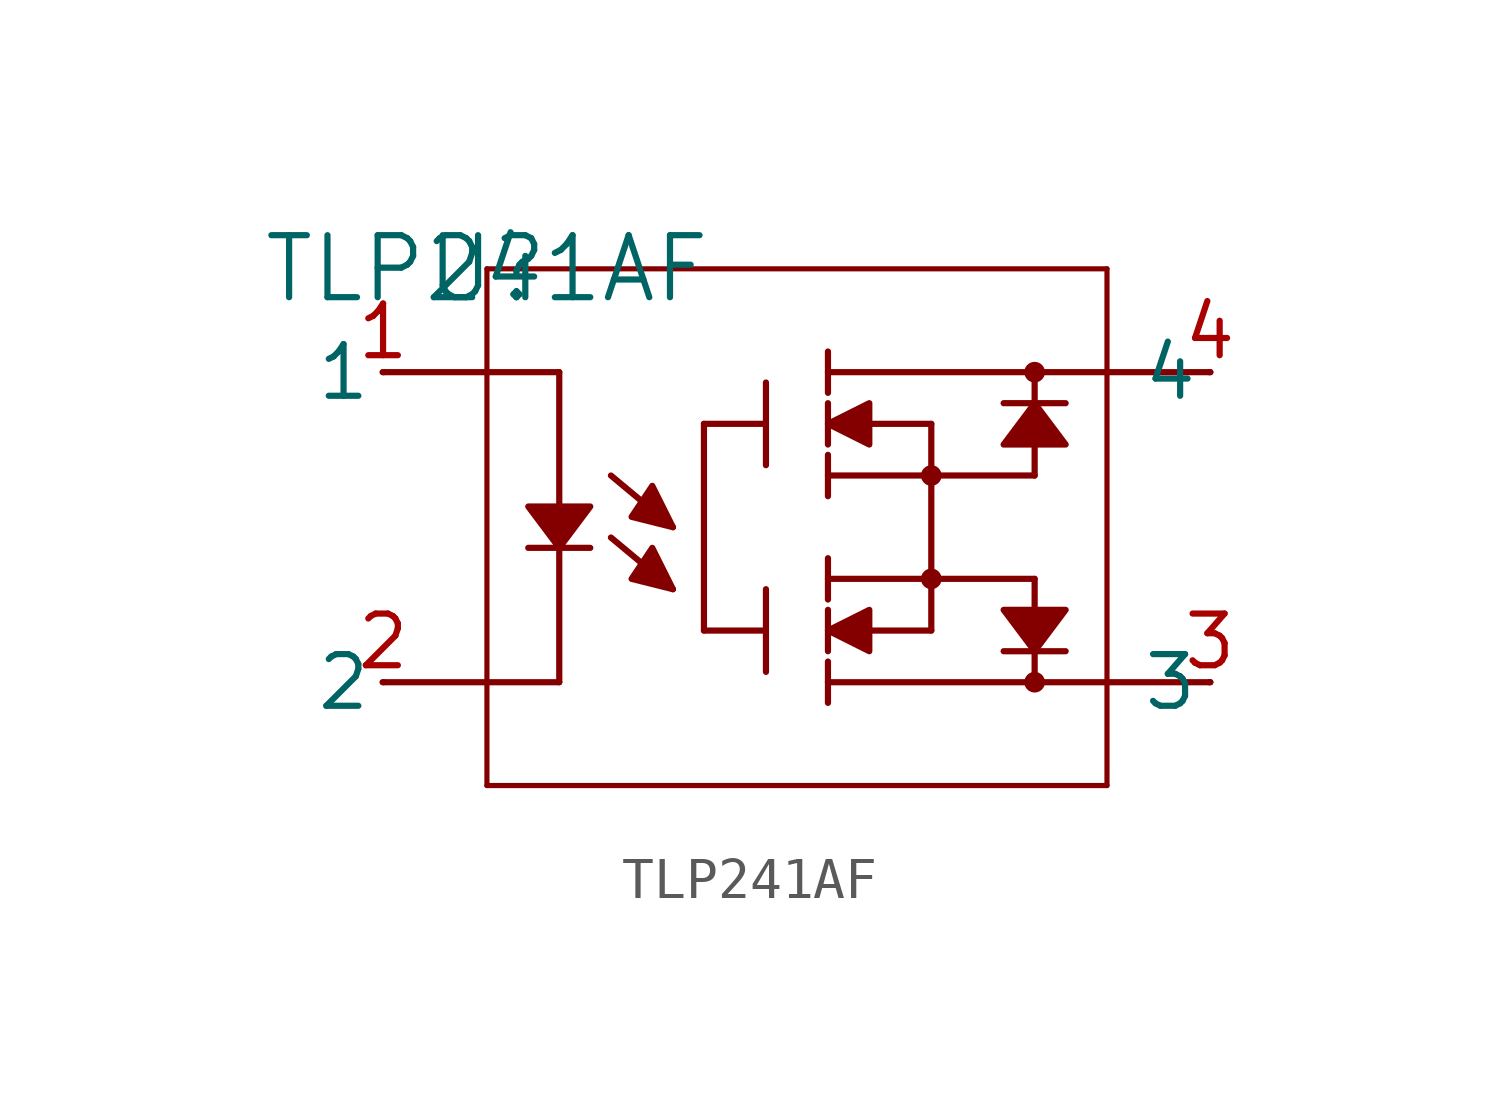
<source format=kicad_sym>
(kicad_symbol_lib
  (version 20241209)
  (generator "kicad_symbol_editor")
  (generator_version "9.0")
  (symbol "TLP241AF"
    (pin_names
      (offset 0.254))
    (property "Reference" "U"
      (at 0 0 0)
      (effects (font (size 1.524 1.524))))
    (property "Value" "TLP241AF"
      (at 0 0 0)
      (effects (font (size 1.524 1.524))))
    (property "ki_locked" ""
      (at 0 0 0)
      (effects (font (size 1.27 1.27))))
    (symbol "TLP241AF_0_1"
      (polyline (pts (xy -2.54 -2.54) (xy 0 -2.54)) (stroke (width 0) (type default)) (fill (type none)))
      (polyline (pts (xy -2.54 -10.16) (xy 0 -10.16)) (stroke (width 0) (type default)) (fill (type none)))
      (polyline (pts (xy 0 0) (xy 15.24 0)) (stroke (width 0.127) (type default)) (fill (type none)))
      (polyline (pts (xy 0 -12.7) (xy 0 0)) (stroke (width 0.127) (type default)) (fill (type none)))
      (polyline (pts (xy 1.016 -5.842) (xy 1.016 -5.842) (xy 2.54 -5.842) (xy 1.778 -6.858) (xy 1.016 -5.842)) (stroke (width 0) (type default)) (fill (type outline)))
      (polyline (pts (xy 1.016 -6.858) (xy 2.54 -6.858)) (stroke (width 0) (type default)) (fill (type none)))
      (polyline (pts (xy 1.778 -2.54) (xy 0 -2.54)) (stroke (width 0) (type default)) (fill (type none)))
      (polyline (pts (xy 1.778 -2.54) (xy 1.778 -5.842)) (stroke (width 0) (type default)) (fill (type none)))
      (polyline (pts (xy 1.778 -10.16) (xy 0 -10.16)) (stroke (width 0) (type default)) (fill (type none)))
      (polyline (pts (xy 1.778 -10.16) (xy 1.778 -6.858)) (stroke (width 0) (type default)) (fill (type none)))
      (polyline (pts (xy 4.572 -6.35) (xy 3.048 -5.08)) (stroke (width 0) (type default)) (fill (type none)))
      (polyline (pts (xy 4.572 -6.35) (xy 4.572 -6.35) (xy 4.064 -5.334) (xy 3.556 -6.096) (xy 4.572 -6.35)) (stroke (width 0) (type default)) (fill (type outline)))
      (polyline (pts (xy 4.572 -7.874) (xy 3.048 -6.604)) (stroke (width 0) (type default)) (fill (type none)))
      (polyline (pts (xy 4.572 -7.874) (xy 4.572 -7.874) (xy 4.064 -6.858) (xy 3.556 -7.62) (xy 4.572 -7.874)) (stroke (width 0) (type default)) (fill (type outline)))
      (polyline (pts (xy 5.334 -3.81) (xy 5.334 -8.89)) (stroke (width 0) (type default)) (fill (type none)))
      (polyline (pts (xy 6.858 -2.794) (xy 6.858 -4.826)) (stroke (width 0) (type default)) (fill (type none)))
      (polyline (pts (xy 6.858 -3.81) (xy 5.334 -3.81)) (stroke (width 0) (type default)) (fill (type none)))
      (polyline (pts (xy 6.858 -7.874) (xy 6.858 -9.906)) (stroke (width 0) (type default)) (fill (type none)))
      (polyline (pts (xy 6.858 -8.89) (xy 5.334 -8.89)) (stroke (width 0) (type default)) (fill (type none)))
      (polyline (pts (xy 8.382 -2.032) (xy 8.382 -3.048)) (stroke (width 0) (type default)) (fill (type none)))
      (polyline (pts (xy 8.382 -2.54) (xy 15.24 -2.54)) (stroke (width 0) (type default)) (fill (type none)))
      (polyline (pts (xy 8.382 -3.302) (xy 8.382 -4.318)) (stroke (width 0) (type default)) (fill (type none)))
      (polyline (pts (xy 8.382 -3.81) (xy 8.382 -3.81) (xy 9.398 -3.302) (xy 9.398 -4.318) (xy 8.382 -3.81)) (stroke (width 0) (type default)) (fill (type outline)))
      (polyline (pts (xy 8.382 -4.572) (xy 8.382 -5.588)) (stroke (width 0) (type default)) (fill (type none)))
      (polyline (pts (xy 8.382 -5.08) (xy 13.462 -5.08)) (stroke (width 0) (type default)) (fill (type none)))
      (polyline (pts (xy 8.382 -7.112) (xy 8.382 -8.128)) (stroke (width 0) (type default)) (fill (type none)))
      (polyline (pts (xy 8.382 -7.62) (xy 13.462 -7.62)) (stroke (width 0) (type default)) (fill (type none)))
      (polyline (pts (xy 8.382 -8.382) (xy 8.382 -9.398)) (stroke (width 0) (type default)) (fill (type none)))
      (polyline (pts (xy 8.382 -8.89) (xy 8.382 -8.89) (xy 9.398 -8.382) (xy 9.398 -9.398) (xy 8.382 -8.89)) (stroke (width 0) (type default)) (fill (type outline)))
      (polyline (pts (xy 8.382 -9.652) (xy 8.382 -10.668)) (stroke (width 0) (type default)) (fill (type none)))
      (polyline (pts (xy 8.382 -10.16) (xy 15.24 -10.16)) (stroke (width 0) (type default)) (fill (type none)))
      (polyline (pts (xy 9.398 -3.81) (xy 10.922 -3.81)) (stroke (width 0) (type default)) (fill (type none)))
      (polyline (pts (xy 9.398 -8.89) (xy 10.922 -8.89)) (stroke (width 0) (type default)) (fill (type none)))
      (polyline (pts (xy 10.922 -3.81) (xy 10.922 -8.89)) (stroke (width 0) (type default)) (fill (type none)))
      (circle (center 10.922 -5.08) (radius 0.127) (stroke (width 0.254) (type default)) (fill (type none)))
      (circle (center 10.922 -7.62) (radius 0.127) (stroke (width 0.254) (type default)) (fill (type none)))
      (polyline (pts (xy 12.7 -3.302) (xy 14.224 -3.302)) (stroke (width 0) (type default)) (fill (type none)))
      (polyline (pts (xy 12.7 -8.382) (xy 12.7 -8.382) (xy 14.224 -8.382) (xy 13.462 -9.398) (xy 12.7 -8.382)) (stroke (width 0) (type default)) (fill (type outline)))
      (polyline (pts (xy 12.7 -9.398) (xy 14.224 -9.398)) (stroke (width 0) (type default)) (fill (type none)))
      (polyline (pts (xy 13.462 -2.54) (xy 13.462 -3.302)) (stroke (width 0) (type default)) (fill (type none)))
      (circle (center 13.462 -2.54) (radius 0.127) (stroke (width 0.254) (type default)) (fill (type none)))
      (polyline (pts (xy 13.462 -3.302) (xy 13.462 -3.302) (xy 12.7 -4.318) (xy 14.224 -4.318) (xy 13.462 -3.302)) (stroke (width 0) (type default)) (fill (type outline)))
      (polyline (pts (xy 13.462 -4.318) (xy 13.462 -5.08)) (stroke (width 0) (type default)) (fill (type none)))
      (polyline (pts (xy 13.462 -7.62) (xy 13.462 -8.382)) (stroke (width 0) (type default)) (fill (type none)))
      (polyline (pts (xy 13.462 -9.398) (xy 13.462 -10.16)) (stroke (width 0) (type default)) (fill (type none)))
      (circle (center 13.462 -10.16) (radius 0.127) (stroke (width 0.254) (type default)) (fill (type none)))
      (polyline (pts (xy 15.24 0) (xy 15.24 -12.7)) (stroke (width 0.127) (type default)) (fill (type none)))
      (polyline (pts (xy 15.24 -12.7) (xy 0 -12.7)) (stroke (width 0.127) (type default)) (fill (type none)))
      (polyline (pts (xy 17.78 -2.54) (xy 15.24 -2.54)) (stroke (width 0) (type default)) (fill (type none)))
      (polyline (pts (xy 17.78 -10.16) (xy 15.24 -10.16)) (stroke (width 0) (type default)) (fill (type none)))
      (pin unspecified line (at -2.54 -2.54 180) (length 0.025) (name "1" (effects (font (size 1.27 1.27)))) (number "1" (effects (font (size 1.27 1.27)))))
      (pin unspecified line (at -2.54 -10.16 180) (length 0.025) (name "2" (effects (font (size 1.27 1.27)))) (number "2" (effects (font (size 1.27 1.27)))))
      (pin unspecified line (at 17.78 -2.54 180) (length 0.025) (name "4" (effects (font (size 1.27 1.27)))) (number "4" (effects (font (size 1.27 1.27)))))
      (pin unspecified line (at 17.78 -10.16 180) (length 0.025) (name "3" (effects (font (size 1.27 1.27)))) (number "3" (effects (font (size 1.27 1.27))))))))
</source>
